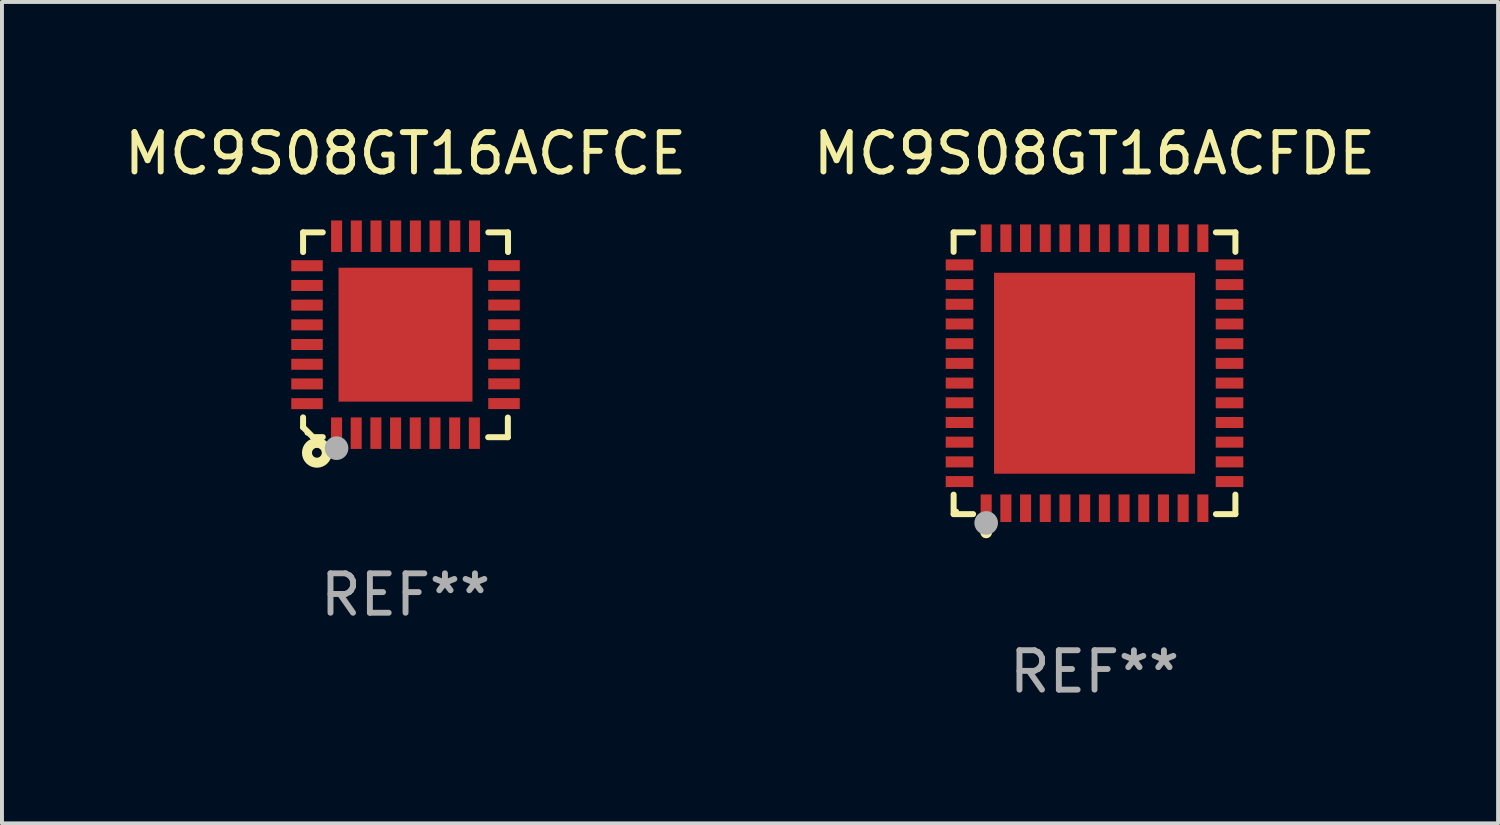
<source format=kicad_pcb>
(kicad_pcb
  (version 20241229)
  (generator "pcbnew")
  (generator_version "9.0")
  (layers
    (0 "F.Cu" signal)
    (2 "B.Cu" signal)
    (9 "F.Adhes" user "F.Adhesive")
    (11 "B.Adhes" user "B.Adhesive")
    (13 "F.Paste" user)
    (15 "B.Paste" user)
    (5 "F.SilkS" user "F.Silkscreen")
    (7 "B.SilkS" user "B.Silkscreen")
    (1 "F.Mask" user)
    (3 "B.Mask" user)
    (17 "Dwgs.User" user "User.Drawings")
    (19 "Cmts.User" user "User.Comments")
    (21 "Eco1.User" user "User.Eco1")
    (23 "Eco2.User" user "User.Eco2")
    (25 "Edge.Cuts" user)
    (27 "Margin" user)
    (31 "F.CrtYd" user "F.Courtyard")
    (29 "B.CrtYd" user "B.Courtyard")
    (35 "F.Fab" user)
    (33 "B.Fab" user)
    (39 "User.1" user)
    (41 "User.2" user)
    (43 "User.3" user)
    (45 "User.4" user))
  (footprint "MC9S08GT16ACFDE"
    (layer "F.Cu")
    (at 24.732 6.424)
    (property "Reference" "MC9S08GT16ACFDE" (at 0 -5.576 0) (layer "F.SilkS") (effects (font (size 1 1) (thickness 0.15))))
    (attr through_hole)
    (fp_line (start -3.576 -3.576) (end -3.081 -3.576) (stroke (width 0.152) (type solid)) (layer "F.SilkS"))
    (fp_line (start -3.576 -3.081) (end -3.576 -3.576) (stroke (width 0.152) (type solid)) (layer "F.SilkS"))
    (fp_line (start -3.576 3.081) (end -3.576 3.576) (stroke (width 0.152) (type solid)) (layer "F.SilkS"))
    (fp_line (start -3.576 3.576) (end -3.081 3.576) (stroke (width 0.152) (type solid)) (layer "F.SilkS"))
    (fp_line (start 3.576 -3.576) (end 3.081 -3.576) (stroke (width 0.152) (type solid)) (layer "F.SilkS"))
    (fp_line (start 3.576 -3.081) (end 3.576 -3.576) (stroke (width 0.152) (type solid)) (layer "F.SilkS"))
    (fp_line (start 3.576 3.081) (end 3.576 3.576) (stroke (width 0.152) (type solid)) (layer "F.SilkS"))
    (fp_line (start 3.576 3.576) (end 3.081 3.576) (stroke (width 0.152) (type solid)) (layer "F.SilkS"))
    (fp_circle (center -3.5 3.5) (end -3.47 3.5) (stroke (width 0.06) (type solid)) (fill no) (layer "F.SilkS"))
    (fp_circle (center -2.75 4.04) (end -2.675 4.04) (stroke (width 0.15) (type solid)) (fill no) (layer "F.SilkS"))
    (fp_circle (center -2.75 3.8) (end -2.6 3.8) (stroke (width 0.3) (type solid)) (fill no) (layer "F.Fab"))
    (fp_text user "REF**" (at 0 7.576 0) (layer "F.Fab") (effects (font (size 1 1) (thickness 0.15))))
    (pad "1" smd rect (at -2.75 3.427) (size 0.28 0.7) (layers "F.Cu" "F.Mask" "F.Paste"))
    (pad "2" smd rect (at -2.25 3.427) (size 0.28 0.7) (layers "F.Cu" "F.Mask" "F.Paste"))
    (pad "3" smd rect (at -1.75 3.427) (size 0.28 0.7) (layers "F.Cu" "F.Mask" "F.Paste"))
    (pad "4" smd rect (at -1.25 3.427) (size 0.28 0.7) (layers "F.Cu" "F.Mask" "F.Paste"))
    (pad "5" smd rect (at -0.75 3.427) (size 0.28 0.7) (layers "F.Cu" "F.Mask" "F.Paste"))
    (pad "6" smd rect (at -0.25 3.427) (size 0.28 0.7) (layers "F.Cu" "F.Mask" "F.Paste"))
    (pad "7" smd rect (at 0.25 3.427) (size 0.28 0.7) (layers "F.Cu" "F.Mask" "F.Paste"))
    (pad "8" smd rect (at 0.75 3.427) (size 0.28 0.7) (layers "F.Cu" "F.Mask" "F.Paste"))
    (pad "9" smd rect (at 1.25 3.427) (size 0.28 0.7) (layers "F.Cu" "F.Mask" "F.Paste"))
    (pad "10" smd rect (at 1.75 3.427) (size 0.28 0.7) (layers "F.Cu" "F.Mask" "F.Paste"))
    (pad "11" smd rect (at 2.25 3.427) (size 0.28 0.7) (layers "F.Cu" "F.Mask" "F.Paste"))
    (pad "12" smd rect (at 2.75 3.427) (size 0.28 0.7) (layers "F.Cu" "F.Mask" "F.Paste"))
    (pad "13" smd rect (at 3.427 2.75) (size 0.7 0.28) (layers "F.Cu" "F.Mask" "F.Paste"))
    (pad "14" smd rect (at 3.427 2.25) (size 0.7 0.28) (layers "F.Cu" "F.Mask" "F.Paste"))
    (pad "15" smd rect (at 3.427 1.75) (size 0.7 0.28) (layers "F.Cu" "F.Mask" "F.Paste"))
    (pad "16" smd rect (at 3.427 1.25) (size 0.7 0.28) (layers "F.Cu" "F.Mask" "F.Paste"))
    (pad "17" smd rect (at 3.427 0.75) (size 0.7 0.28) (layers "F.Cu" "F.Mask" "F.Paste"))
    (pad "18" smd rect (at 3.427 0.25) (size 0.7 0.28) (layers "F.Cu" "F.Mask" "F.Paste"))
    (pad "19" smd rect (at 3.427 -0.25) (size 0.7 0.28) (layers "F.Cu" "F.Mask" "F.Paste"))
    (pad "20" smd rect (at 3.427 -0.75) (size 0.7 0.28) (layers "F.Cu" "F.Mask" "F.Paste"))
    (pad "21" smd rect (at 3.427 -1.25) (size 0.7 0.28) (layers "F.Cu" "F.Mask" "F.Paste"))
    (pad "22" smd rect (at 3.427 -1.75) (size 0.7 0.28) (layers "F.Cu" "F.Mask" "F.Paste"))
    (pad "23" smd rect (at 3.427 -2.25) (size 0.7 0.28) (layers "F.Cu" "F.Mask" "F.Paste"))
    (pad "24" smd rect (at 3.427 -2.75) (size 0.7 0.28) (layers "F.Cu" "F.Mask" "F.Paste"))
    (pad "25" smd rect (at 2.75 -3.427) (size 0.28 0.7) (layers "F.Cu" "F.Mask" "F.Paste"))
    (pad "26" smd rect (at 2.25 -3.427) (size 0.28 0.7) (layers "F.Cu" "F.Mask" "F.Paste"))
    (pad "27" smd rect (at 1.75 -3.427) (size 0.28 0.7) (layers "F.Cu" "F.Mask" "F.Paste"))
    (pad "28" smd rect (at 1.25 -3.427) (size 0.28 0.7) (layers "F.Cu" "F.Mask" "F.Paste"))
    (pad "29" smd rect (at 0.75 -3.427) (size 0.28 0.7) (layers "F.Cu" "F.Mask" "F.Paste"))
    (pad "30" smd rect (at 0.25 -3.427) (size 0.28 0.7) (layers "F.Cu" "F.Mask" "F.Paste"))
    (pad "31" smd rect (at -0.25 -3.427) (size 0.28 0.7) (layers "F.Cu" "F.Mask" "F.Paste"))
    (pad "32" smd rect (at -0.75 -3.427) (size 0.28 0.7) (layers "F.Cu" "F.Mask" "F.Paste"))
    (pad "33" smd rect (at -1.25 -3.427) (size 0.28 0.7) (layers "F.Cu" "F.Mask" "F.Paste"))
    (pad "34" smd rect (at -1.75 -3.427) (size 0.28 0.7) (layers "F.Cu" "F.Mask" "F.Paste"))
    (pad "35" smd rect (at -2.25 -3.427) (size 0.28 0.7) (layers "F.Cu" "F.Mask" "F.Paste"))
    (pad "36" smd rect (at -2.75 -3.427) (size 0.28 0.7) (layers "F.Cu" "F.Mask" "F.Paste"))
    (pad "37" smd rect (at -3.427 -2.75) (size 0.7 0.28) (layers "F.Cu" "F.Mask" "F.Paste"))
    (pad "38" smd rect (at -3.427 -2.25) (size 0.7 0.28) (layers "F.Cu" "F.Mask" "F.Paste"))
    (pad "39" smd rect (at -3.427 -1.75) (size 0.7 0.28) (layers "F.Cu" "F.Mask" "F.Paste"))
    (pad "40" smd rect (at -3.427 -1.25) (size 0.7 0.28) (layers "F.Cu" "F.Mask" "F.Paste"))
    (pad "41" smd rect (at -3.427 -0.75) (size 0.7 0.28) (layers "F.Cu" "F.Mask" "F.Paste"))
    (pad "42" smd rect (at -3.427 -0.25) (size 0.7 0.28) (layers "F.Cu" "F.Mask" "F.Paste"))
    (pad "43" smd rect (at -3.427 0.25) (size 0.7 0.28) (layers "F.Cu" "F.Mask" "F.Paste"))
    (pad "44" smd rect (at -3.427 0.75) (size 0.7 0.28) (layers "F.Cu" "F.Mask" "F.Paste"))
    (pad "45" smd rect (at -3.427 1.25) (size 0.7 0.28) (layers "F.Cu" "F.Mask" "F.Paste"))
    (pad "46" smd rect (at -3.427 1.75) (size 0.7 0.28) (layers "F.Cu" "F.Mask" "F.Paste"))
    (pad "47" smd rect (at -3.427 2.25) (size 0.7 0.28) (layers "F.Cu" "F.Mask" "F.Paste"))
    (pad "48" smd rect (at -3.427 2.75) (size 0.7 0.28) (layers "F.Cu" "F.Mask" "F.Paste"))
    (pad "49" smd rect (at 0 0) (size 5.1 5.1) (layers "F.Cu" "F.Mask" "F.Paste")))
  (footprint "MC9S08GT16ACFCE"
    (layer "F.Cu")
    (at 7.244 5.448)
    (property "Reference" "MC9S08GT16ACFCE" (at 0 -4.6 0) (layer "F.SilkS") (effects (font (size 1 1) (thickness 0.15))))
    (attr through_hole)
    (fp_line (start -2.601 2.097) (end -2.601 2.347) (stroke (width 0.152) (type solid)) (layer "F.SilkS"))
    (fp_line (start -2.601 2.347) (end -2.351 2.597) (stroke (width 0.152) (type solid)) (layer "F.SilkS"))
    (fp_line (start -2.601 -2.6) (end -2.601 -2.1) (stroke (width 0.152) (type solid)) (layer "F.SilkS"))
    (fp_line (start -2.601 -2.6) (end -2.101 -2.6) (stroke (width 0.152) (type solid)) (layer "F.SilkS"))
    (fp_line (start -2.351 2.597) (end -2.101 2.597) (stroke (width 0.152) (type solid)) (layer "F.SilkS"))
    (fp_line (start 2.597 2.6) (end 2.097 2.6) (stroke (width 0.152) (type solid)) (layer "F.SilkS"))
    (fp_line (start 2.597 2.6) (end 2.597 2.1) (stroke (width 0.152) (type solid)) (layer "F.SilkS"))
    (fp_line (start 2.601 -2.6) (end 2.101 -2.6) (stroke (width 0.152) (type solid)) (layer "F.SilkS"))
    (fp_line (start 2.601 -2.6) (end 2.601 -2.1) (stroke (width 0.152) (type solid)) (layer "F.SilkS"))
    (fp_circle (center -2.501 2.497) (end -2.471 2.497) (stroke (width 0.06) (type solid)) (fill no) (layer "F.SilkS"))
    (fp_circle (center -2.25 2.995) (end -2.125 2.995) (stroke (width 0.254) (type solid)) (fill no) (layer "F.SilkS"))
    (fp_circle (center -1.751 2.878) (end -1.601 2.878) (stroke (width 0.3) (type solid)) (fill no) (layer "F.Fab"))
    (fp_text user "REF**" (at 0 6.6 0) (layer "F.Fab") (effects (font (size 1 1) (thickness 0.15))))
    (pad "1" smd rect (at -1.751 2.497) (size 0.28 0.8) (layers "F.Cu" "F.Mask" "F.Paste"))
    (pad "2" smd rect (at -1.253 2.497) (size 0.28 0.8) (layers "F.Cu" "F.Mask" "F.Paste"))
    (pad "3" smd rect (at -0.753 2.497) (size 0.28 0.8) (layers "F.Cu" "F.Mask" "F.Paste"))
    (pad "4" smd rect (at -0.253 2.497) (size 0.28 0.8) (layers "F.Cu" "F.Mask" "F.Paste"))
    (pad "5" smd rect (at 0.247 2.497) (size 0.28 0.8) (layers "F.Cu" "F.Mask" "F.Paste"))
    (pad "6" smd rect (at 0.747 2.497) (size 0.28 0.8) (layers "F.Cu" "F.Mask" "F.Paste"))
    (pad "7" smd rect (at 1.247 2.497) (size 0.28 0.8) (layers "F.Cu" "F.Mask" "F.Paste"))
    (pad "8" smd rect (at 1.747 2.497) (size 0.28 0.8) (layers "F.Cu" "F.Mask" "F.Paste"))
    (pad "9" smd rect (at 2.499 1.746) (size 0.8 0.28) (layers "F.Cu" "F.Mask" "F.Paste"))
    (pad "10" smd rect (at 2.499 1.245) (size 0.8 0.28) (layers "F.Cu" "F.Mask" "F.Paste"))
    (pad "11" smd rect (at 2.499 0.746) (size 0.8 0.28) (layers "F.Cu" "F.Mask" "F.Paste"))
    (pad "12" smd rect (at 2.499 0.245) (size 0.8 0.28) (layers "F.Cu" "F.Mask" "F.Paste"))
    (pad "13" smd rect (at 2.499 -0.254) (size 0.8 0.28) (layers "F.Cu" "F.Mask" "F.Paste"))
    (pad "14" smd rect (at 2.499 -0.755) (size 0.8 0.28) (layers "F.Cu" "F.Mask" "F.Paste"))
    (pad "15" smd rect (at 2.499 -1.254) (size 0.8 0.28) (layers "F.Cu" "F.Mask" "F.Paste"))
    (pad "16" smd rect (at 2.499 -1.755) (size 0.8 0.28) (layers "F.Cu" "F.Mask" "F.Paste"))
    (pad "17" smd rect (at 1.75 -2.502) (size 0.28 0.8) (layers "F.Cu" "F.Mask" "F.Paste"))
    (pad "18" smd rect (at 1.25 -2.502) (size 0.28 0.8) (layers "F.Cu" "F.Mask" "F.Paste"))
    (pad "19" smd rect (at 0.75 -2.502) (size 0.28 0.8) (layers "F.Cu" "F.Mask" "F.Paste"))
    (pad "20" smd rect (at 0.25 -2.502) (size 0.28 0.8) (layers "F.Cu" "F.Mask" "F.Paste"))
    (pad "21" smd rect (at -0.25 -2.502) (size 0.28 0.8) (layers "F.Cu" "F.Mask" "F.Paste"))
    (pad "22" smd rect (at -0.75 -2.502) (size 0.28 0.8) (layers "F.Cu" "F.Mask" "F.Paste"))
    (pad "23" smd rect (at -1.25 -2.502) (size 0.28 0.8) (layers "F.Cu" "F.Mask" "F.Paste"))
    (pad "24" smd rect (at -1.75 -2.502) (size 0.28 0.8) (layers "F.Cu" "F.Mask" "F.Paste"))
    (pad "25" smd rect (at -2.501 -1.753) (size 0.8 0.28) (layers "F.Cu" "F.Mask" "F.Paste"))
    (pad "26" smd rect (at -2.501 -1.252) (size 0.8 0.28) (layers "F.Cu" "F.Mask" "F.Paste"))
    (pad "27" smd rect (at -2.501 -0.753) (size 0.8 0.28) (layers "F.Cu" "F.Mask" "F.Paste"))
    (pad "28" smd rect (at -2.501 -0.252) (size 0.8 0.28) (layers "F.Cu" "F.Mask" "F.Paste"))
    (pad "29" smd rect (at -2.501 0.247) (size 0.8 0.28) (layers "F.Cu" "F.Mask" "F.Paste"))
    (pad "30" smd rect (at -2.501 0.748) (size 0.8 0.28) (layers "F.Cu" "F.Mask" "F.Paste"))
    (pad "31" smd rect (at -2.501 1.247) (size 0.8 0.28) (layers "F.Cu" "F.Mask" "F.Paste"))
    (pad "32" smd rect (at -2.501 1.748) (size 0.8 0.28) (layers "F.Cu" "F.Mask" "F.Paste"))
    (pad "33" smd rect (at -0.001 -0.003 180) (size 3.4 3.4) (layers "F.Cu" "F.Mask" "F.Paste")))
  (gr_rect
    (start -3 -3)
    (end 34.976 17.849)
    (stroke (width 0.1) (type default))
    (fill no)
    (layer "Edge.Cuts")))
</source>
